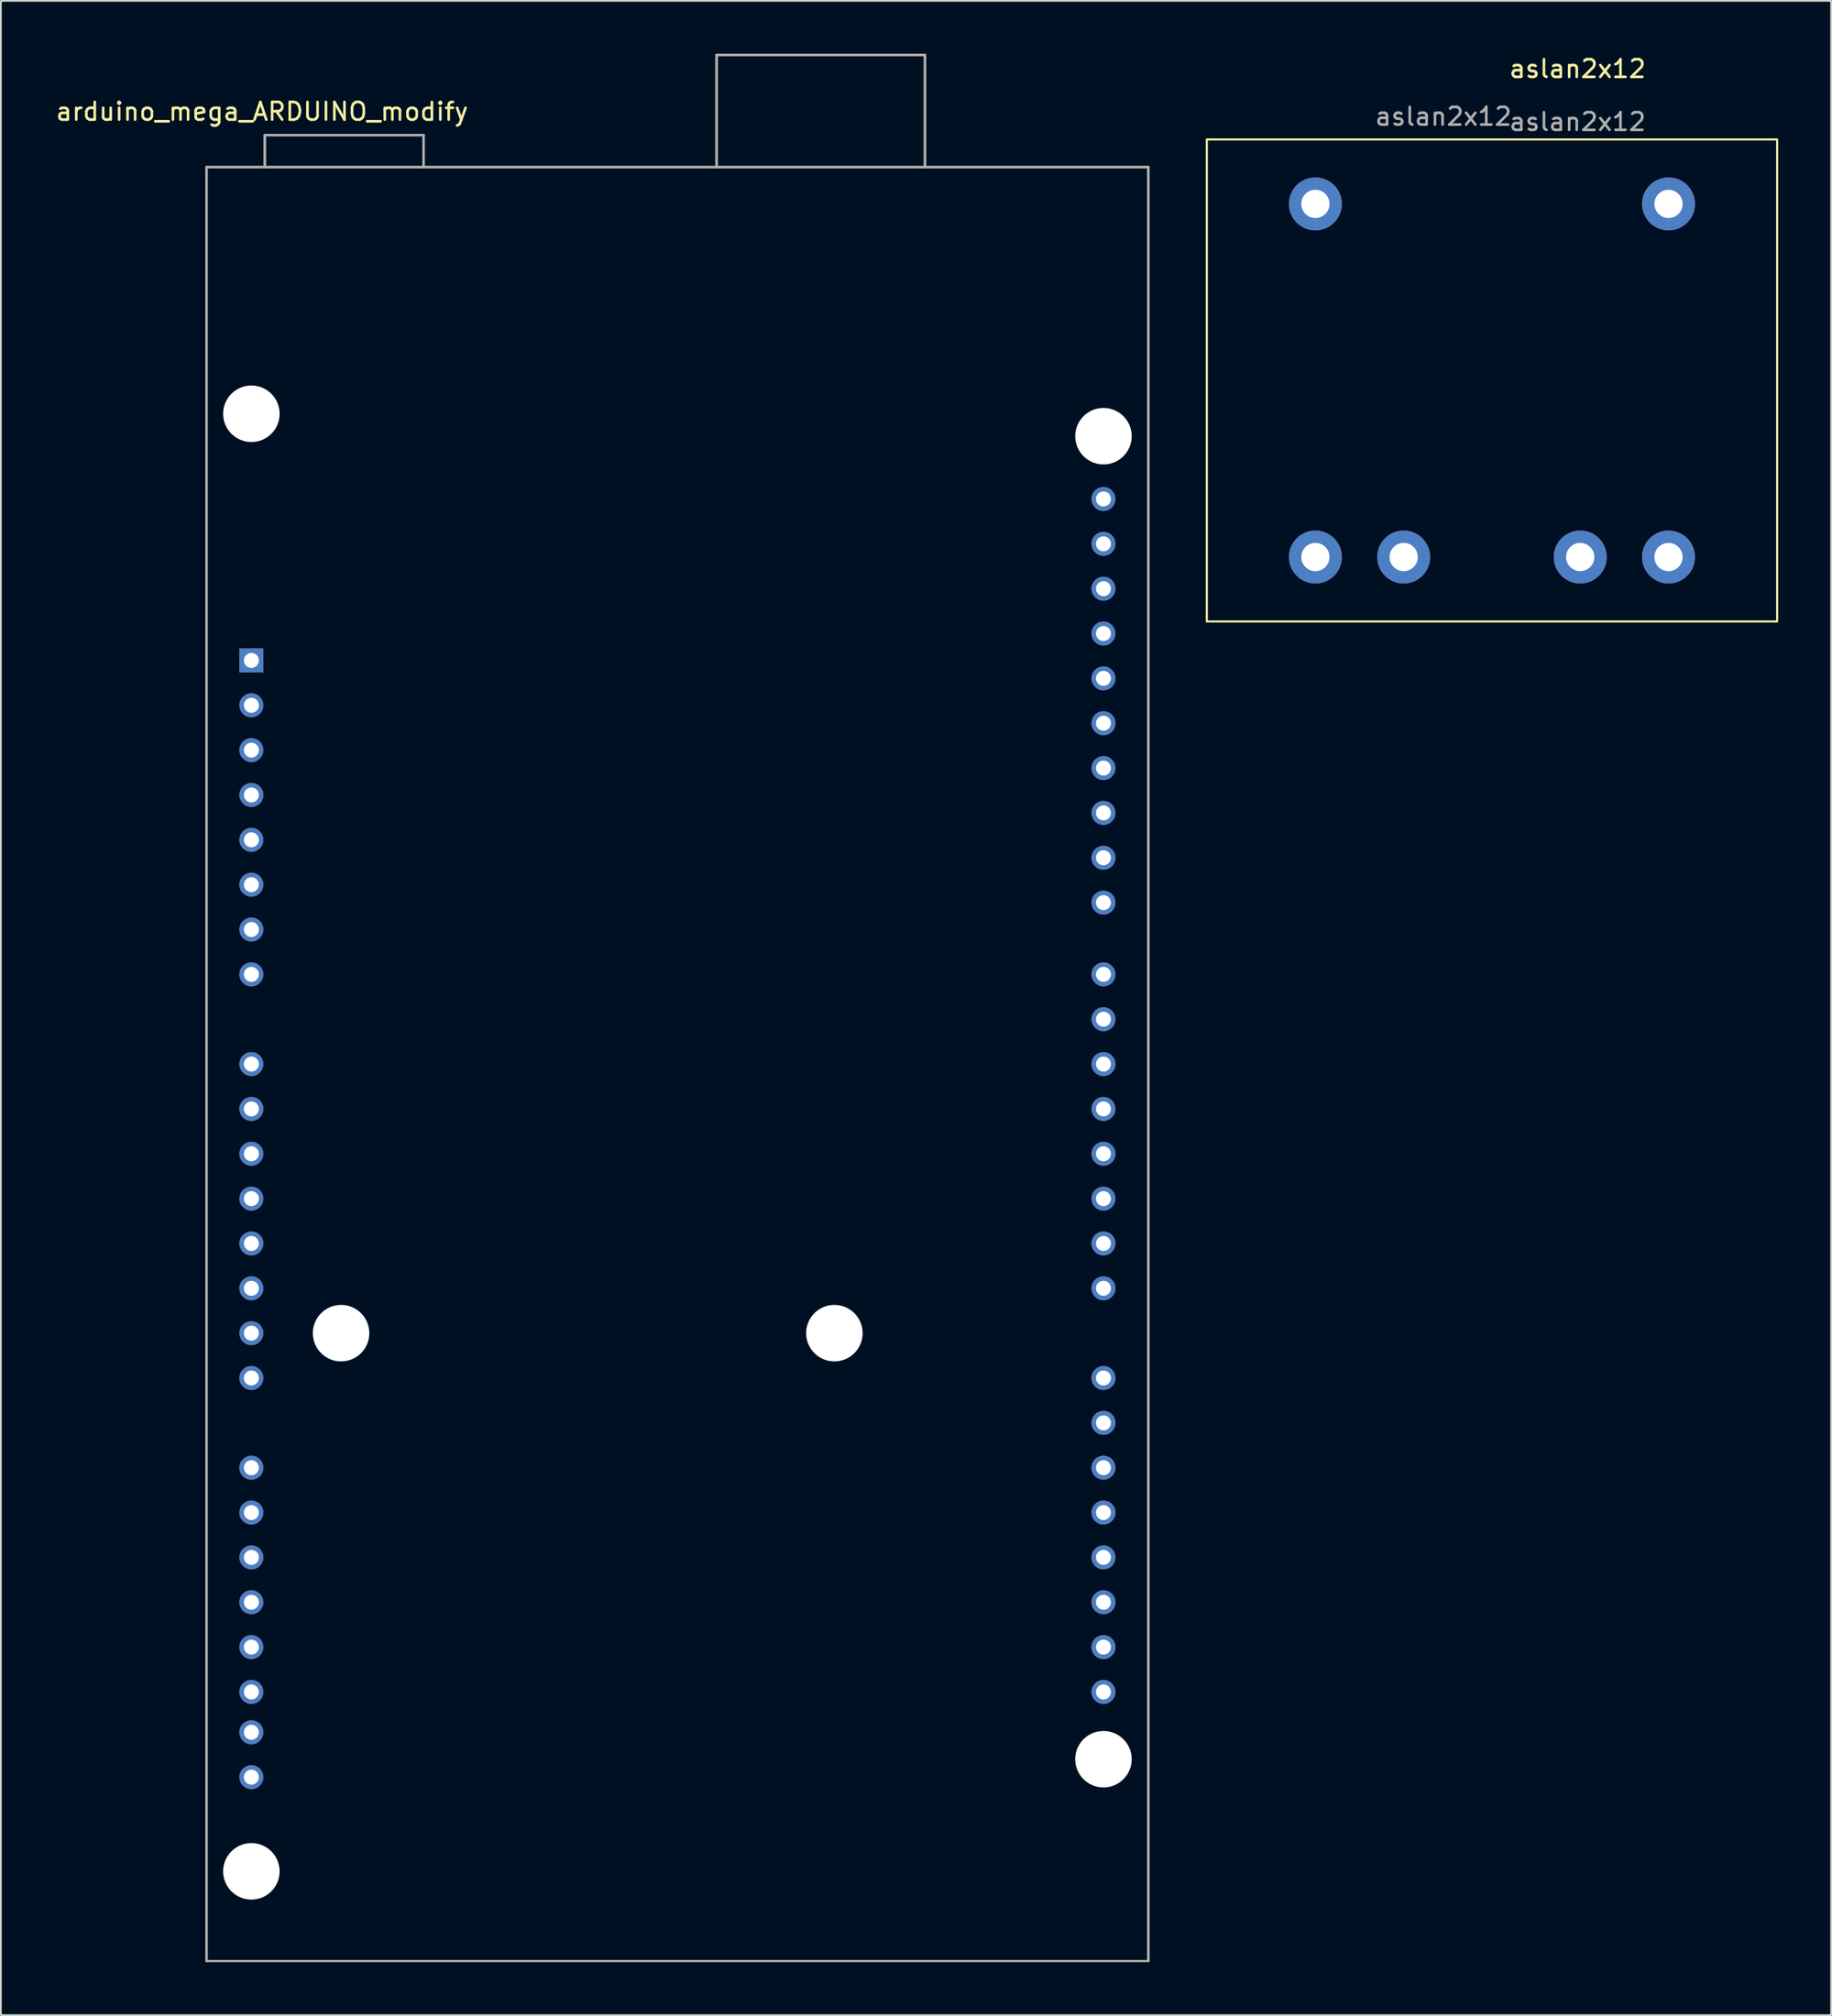
<source format=kicad_pcb>
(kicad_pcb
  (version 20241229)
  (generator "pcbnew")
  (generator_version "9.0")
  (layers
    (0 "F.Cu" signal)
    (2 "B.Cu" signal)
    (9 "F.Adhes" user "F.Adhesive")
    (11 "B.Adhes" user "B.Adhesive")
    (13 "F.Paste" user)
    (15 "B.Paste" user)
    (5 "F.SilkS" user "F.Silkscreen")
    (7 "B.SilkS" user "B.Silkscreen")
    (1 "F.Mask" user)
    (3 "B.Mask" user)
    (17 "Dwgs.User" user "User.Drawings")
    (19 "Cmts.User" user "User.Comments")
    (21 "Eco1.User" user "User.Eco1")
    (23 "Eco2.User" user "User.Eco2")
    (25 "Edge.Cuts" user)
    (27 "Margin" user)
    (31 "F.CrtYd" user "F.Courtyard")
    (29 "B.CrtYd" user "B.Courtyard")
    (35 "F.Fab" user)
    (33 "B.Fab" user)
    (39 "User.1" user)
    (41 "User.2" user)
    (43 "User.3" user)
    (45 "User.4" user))
  (footprint "arduino_mega_ARDUINO_modify"
    (layer "F.Cu")
    (at 35.317 57.214)
    (property "Reference" "arduino_mega_ARDUINO_modify" (at -23.525 -53.945 0) (layer "F.SilkS") (effects (font (size 1 1) (thickness 0.15))))
    (attr through_hole)
    (fp_line (start -26.67 -50.8) (end -23.37 -50.8) (stroke (width 0.127) (type solid)) (layer "F.SilkS"))
    (fp_line (start -26.67 50.8) (end -26.67 -50.8) (stroke (width 0.127) (type solid)) (layer "F.SilkS"))
    (fp_line (start -23.37 -52.61) (end -14.378 -52.61) (stroke (width 0.127) (type solid)) (layer "F.SilkS"))
    (fp_line (start -23.37 -50.8) (end -23.37 -52.61) (stroke (width 0.127) (type solid)) (layer "F.SilkS"))
    (fp_line (start -23.37 -50.8) (end -14.378 -50.8) (stroke (width 0.127) (type solid)) (layer "F.SilkS"))
    (fp_line (start -14.378 -52.61) (end -14.378 -50.8) (stroke (width 0.127) (type solid)) (layer "F.SilkS"))
    (fp_line (start -14.378 -50.8) (end 2.22 -50.8) (stroke (width 0.127) (type solid)) (layer "F.SilkS"))
    (fp_line (start 2.22 -57.15) (end 2.22 -50.8) (stroke (width 0.127) (type solid)) (layer "F.SilkS"))
    (fp_line (start 2.22 -50.8) (end 14.02 -50.8) (stroke (width 0.127) (type solid)) (layer "F.SilkS"))
    (fp_line (start 14.02 -57.15) (end 2.22 -57.15) (stroke (width 0.127) (type solid)) (layer "F.SilkS"))
    (fp_line (start 14.02 -50.8) (end 14.02 -57.15) (stroke (width 0.127) (type solid)) (layer "F.SilkS"))
    (fp_line (start 14.02 -50.8) (end 26.67 -50.8) (stroke (width 0.127) (type solid)) (layer "F.SilkS"))
    (fp_line (start 26.67 -50.8) (end 26.67 50.8) (stroke (width 0.127) (type solid)) (layer "F.SilkS"))
    (fp_line (start -26.67 -50.8) (end -23.37 -50.8) (stroke (width 0.127) (type solid)) (layer "F.Fab"))
    (fp_line (start -26.67 50.8) (end -26.67 -50.8) (stroke (width 0.127) (type solid)) (layer "F.Fab"))
    (fp_line (start -23.37 -52.61) (end -14.378 -52.61) (stroke (width 0.127) (type solid)) (layer "F.Fab"))
    (fp_line (start -23.37 -50.8) (end -23.37 -52.61) (stroke (width 0.127) (type solid)) (layer "F.Fab"))
    (fp_line (start -23.37 -50.8) (end -14.378 -50.8) (stroke (width 0.127) (type solid)) (layer "F.Fab"))
    (fp_line (start -14.378 -52.61) (end -14.378 -50.8) (stroke (width 0.127) (type solid)) (layer "F.Fab"))
    (fp_line (start -14.378 -50.8) (end 2.22 -50.8) (stroke (width 0.127) (type solid)) (layer "F.Fab"))
    (fp_line (start 2.22 -57.15) (end 2.22 -50.8) (stroke (width 0.127) (type solid)) (layer "F.Fab"))
    (fp_line (start 2.22 -50.8) (end 14.02 -50.8) (stroke (width 0.127) (type solid)) (layer "F.Fab"))
    (fp_line (start 14.02 -57.15) (end 2.22 -57.15) (stroke (width 0.127) (type solid)) (layer "F.Fab"))
    (fp_line (start 14.02 -50.8) (end 14.02 -57.15) (stroke (width 0.127) (type solid)) (layer "F.Fab"))
    (fp_line (start 14.02 -50.8) (end 26.67 -50.8) (stroke (width 0.127) (type solid)) (layer "F.Fab"))
    (fp_line (start 26.67 -50.8) (end 26.67 50.8) (stroke (width 0.127) (type solid)) (layer "F.Fab"))
    (fp_line (start 26.67 50.8) (end -26.67 50.8) (stroke (width 0.127) (type solid)) (layer "F.Fab"))
    (pad "" np_thru_hole circle (at -24.13 -36.83) (size 3.2 3.2) (drill 3.2) (layers "*.Cu" "*.Mask"))
    (pad "" np_thru_hole circle (at -24.13 45.72) (size 3.2 3.2) (drill 3.2) (layers "*.Cu" "*.Mask"))
    (pad "" np_thru_hole circle (at -19.05 15.24) (size 3.2 3.2) (drill 3.2) (layers "*.Cu" "*.Mask"))
    (pad "" np_thru_hole circle (at 8.89 15.24) (size 3.2 3.2) (drill 3.2) (layers "*.Cu" "*.Mask"))
    (pad "" np_thru_hole circle (at 24.13 -35.56) (size 3.2 3.2) (drill 3.2) (layers "*.Cu" "*.Mask"))
    (pad "" np_thru_hole circle (at 24.13 39.37) (size 3.2 3.2) (drill 3.2) (layers "*.Cu" "*.Mask"))
    (pad "0" thru_hole circle (at 24.13 12.7) (size 1.358 1.358) (drill 0.85) (layers "*.Cu" "*.Mask"))
    (pad "1" thru_hole circle (at 24.13 10.16) (size 1.358 1.358) (drill 0.85) (layers "*.Cu" "*.Mask"))
    (pad "2" thru_hole circle (at 24.13 7.62) (size 1.358 1.358) (drill 0.85) (layers "*.Cu" "*.Mask"))
    (pad "3" thru_hole circle (at 24.13 5.08) (size 1.358 1.358) (drill 0.85) (layers "*.Cu" "*.Mask"))
    (pad "3V3" thru_hole circle (at -24.13 -15.24) (size 1.358 1.358) (drill 0.85) (layers "*.Cu" "*.Mask"))
    (pad "4" thru_hole circle (at 24.13 2.54) (size 1.358 1.358) (drill 0.85) (layers "*.Cu" "*.Mask"))
    (pad "5" thru_hole circle (at 24.13 0) (size 1.358 1.358) (drill 0.85) (layers "*.Cu" "*.Mask"))
    (pad "5V_1" thru_hole circle (at -24.13 -12.7) (size 1.358 1.358) (drill 0.85) (layers "*.Cu" "*.Mask"))
    (pad "6" thru_hole circle (at 24.13 -2.54) (size 1.358 1.358) (drill 0.85) (layers "*.Cu" "*.Mask"))
    (pad "7" thru_hole circle (at 24.13 -5.08) (size 1.358 1.358) (drill 0.85) (layers "*.Cu" "*.Mask"))
    (pad "8" thru_hole circle (at 24.13 -9.144) (size 1.358 1.358) (drill 0.85) (layers "*.Cu" "*.Mask"))
    (pad "9" thru_hole circle (at 24.13 -11.684) (size 1.358 1.358) (drill 0.85) (layers "*.Cu" "*.Mask"))
    (pad "10" thru_hole circle (at 24.13 -14.224) (size 1.358 1.358) (drill 0.85) (layers "*.Cu" "*.Mask"))
    (pad "11" thru_hole circle (at 24.13 -16.764) (size 1.358 1.358) (drill 0.85) (layers "*.Cu" "*.Mask"))
    (pad "12" thru_hole circle (at 24.13 -19.304) (size 1.358 1.358) (drill 0.85) (layers "*.Cu" "*.Mask"))
    (pad "13" thru_hole circle (at 24.13 -21.844) (size 1.358 1.358) (drill 0.85) (layers "*.Cu" "*.Mask"))
    (pad "14" thru_hole circle (at 24.13 17.78) (size 1.358 1.358) (drill 0.85) (layers "*.Cu" "*.Mask"))
    (pad "15" thru_hole circle (at 24.13 20.32) (size 1.358 1.358) (drill 0.85) (layers "*.Cu" "*.Mask"))
    (pad "16" thru_hole circle (at 24.13 22.86) (size 1.358 1.358) (drill 0.85) (layers "*.Cu" "*.Mask"))
    (pad "17" thru_hole circle (at 24.13 25.4) (size 1.358 1.358) (drill 0.85) (layers "*.Cu" "*.Mask"))
    (pad "18" thru_hole circle (at 24.13 27.94) (size 1.358 1.358) (drill 0.85) (layers "*.Cu" "*.Mask"))
    (pad "19" thru_hole circle (at 24.13 30.48) (size 1.358 1.358) (drill 0.85) (layers "*.Cu" "*.Mask"))
    (pad "20" thru_hole circle (at 24.13 33.02) (size 1.358 1.358) (drill 0.85) (layers "*.Cu" "*.Mask"))
    (pad "21" thru_hole circle (at 24.13 35.56) (size 1.358 1.358) (drill 0.85) (layers "*.Cu" "*.Mask"))
    (pad "AD0" thru_hole circle (at -24.13 0) (size 1.358 1.358) (drill 0.85) (layers "*.Cu" "*.Mask"))
    (pad "AD1" thru_hole circle (at -24.13 2.54) (size 1.358 1.358) (drill 0.85) (layers "*.Cu" "*.Mask"))
    (pad "AD2" thru_hole circle (at -24.13 5.08) (size 1.358 1.358) (drill 0.85) (layers "*.Cu" "*.Mask"))
    (pad "AD3" thru_hole circle (at -24.13 7.62) (size 1.358 1.358) (drill 0.85) (layers "*.Cu" "*.Mask"))
    (pad "AD4" thru_hole circle (at -24.13 10.16) (size 1.358 1.358) (drill 0.85) (layers "*.Cu" "*.Mask"))
    (pad "AD5" thru_hole circle (at -24.13 12.7) (size 1.358 1.358) (drill 0.85) (layers "*.Cu" "*.Mask"))
    (pad "AD6" thru_hole circle (at -24.13 15.24) (size 1.358 1.358) (drill 0.85) (layers "*.Cu" "*.Mask"))
    (pad "AD7" thru_hole circle (at -24.13 17.78) (size 1.358 1.358) (drill 0.85) (layers "*.Cu" "*.Mask"))
    (pad "AD8" thru_hole circle (at -24.13 22.86) (size 1.358 1.358) (drill 0.85) (layers "*.Cu" "*.Mask"))
    (pad "AD9" thru_hole circle (at -24.13 25.4) (size 1.358 1.358) (drill 0.85) (layers "*.Cu" "*.Mask"))
    (pad "AD10" thru_hole circle (at -24.13 27.94) (size 1.358 1.358) (drill 0.85) (layers "*.Cu" "*.Mask"))
    (pad "AD11" thru_hole circle (at -24.13 30.48) (size 1.358 1.358) (drill 0.85) (layers "*.Cu" "*.Mask"))
    (pad "AD12" thru_hole circle (at -24.13 33.02) (size 1.358 1.358) (drill 0.85) (layers "*.Cu" "*.Mask"))
    (pad "AD13" thru_hole circle (at -24.13 35.56) (size 1.358 1.358) (drill 0.85) (layers "*.Cu" "*.Mask"))
    (pad "AD14" thru_hole circle (at -24.13 37.846) (size 1.358 1.358) (drill 0.85) (layers "*.Cu" "*.Mask"))
    (pad "AD15" thru_hole circle (at -24.13 40.386) (size 1.358 1.358) (drill 0.85) (layers "*.Cu" "*.Mask"))
    (pad "AREF" thru_hole circle (at 24.13 -26.924) (size 1.358 1.358) (drill 0.85) (layers "*.Cu" "*.Mask"))
    (pad "GND1" thru_hole circle (at -24.13 -10.16) (size 1.358 1.358) (drill 0.85) (layers "*.Cu" "*.Mask"))
    (pad "GND2" thru_hole circle (at -24.13 -7.62) (size 1.358 1.358) (drill 0.85) (layers "*.Cu" "*.Mask"))
    (pad "GND3" thru_hole circle (at 24.13 -24.384) (size 1.358 1.358) (drill 0.85) (layers "*.Cu" "*.Mask"))
    (pad "IOREF" thru_hole circle (at -24.13 -20.32) (size 1.358 1.358) (drill 0.85) (layers "*.Cu" "*.Mask"))
    (pad "NC" thru_hole rect (at -24.13 -22.86) (size 1.358 1.358) (drill 0.85) (layers "*.Cu" "*.Mask"))
    (pad "RESET" thru_hole circle (at -24.13 -17.78) (size 1.358 1.358) (drill 0.85) (layers "*.Cu" "*.Mask"))
    (pad "SCL" thru_hole circle (at 24.13 -32.004) (size 1.358 1.358) (drill 0.85) (layers "*.Cu" "*.Mask"))
    (pad "SDA" thru_hole circle (at 24.13 -29.464) (size 1.358 1.358) (drill 0.85) (layers "*.Cu" "*.Mask"))
    (pad "VIN" thru_hole circle (at -24.13 -5.08) (size 1.358 1.358) (drill 0.85) (layers "*.Cu" "*.Mask")))
  (footprint "aslan2x12"
    (layer "F.Cu")
    (at 65.3 32.148)
    (property "Reference" "aslan2x12" (at 21 -31.3 0) (unlocked yes) (layer "F.SilkS") (effects (font (size 1 1) (thickness 0.15))))
    (attr through_hole)
    (fp_rect (start 0 0) (end 32.3 -27.3) (stroke (width 0.12) (type solid)) (fill no) (layer "F.SilkS"))
    (fp_text user "${REFERENCE}" (at 13.4 -28.6 0) (unlocked yes) (layer "F.Fab") (effects (font (size 1 1) (thickness 0.15))))
    (fp_text user "${REFERENCE}" (at 21 -28.3 0) (unlocked yes) (layer "F.Fab") (effects (font (size 1 1) (thickness 0.15))))
    (pad "1" thru_hole circle (at 6.15 -23.65) (size 3 3) (drill 1.6) (layers "*.Cu" "*.Mask"))
    (pad "2" thru_hole circle (at 26.15 -23.65) (size 3 3) (drill 1.6) (layers "*.Cu" "*.Mask"))
    (pad "3" thru_hole circle (at 6.15 -3.65) (size 3 3) (drill 1.6) (layers "*.Cu" "*.Mask"))
    (pad "4" thru_hole circle (at 11.15 -3.65) (size 3 3) (drill 1.6) (layers "*.Cu" "*.Mask"))
    (pad "5" thru_hole circle (at 21.15 -3.65) (size 3 3) (drill 1.6) (layers "*.Cu" "*.Mask"))
    (pad "6" thru_hole circle (at 26.15 -3.65) (size 3 3) (drill 1.6) (layers "*.Cu" "*.Mask")))
  (gr_rect
    (start -3 -3)
    (end 100.66 111.077)
    (stroke (width 0.1) (type default))
    (fill no)
    (layer "Edge.Cuts")))
</source>
